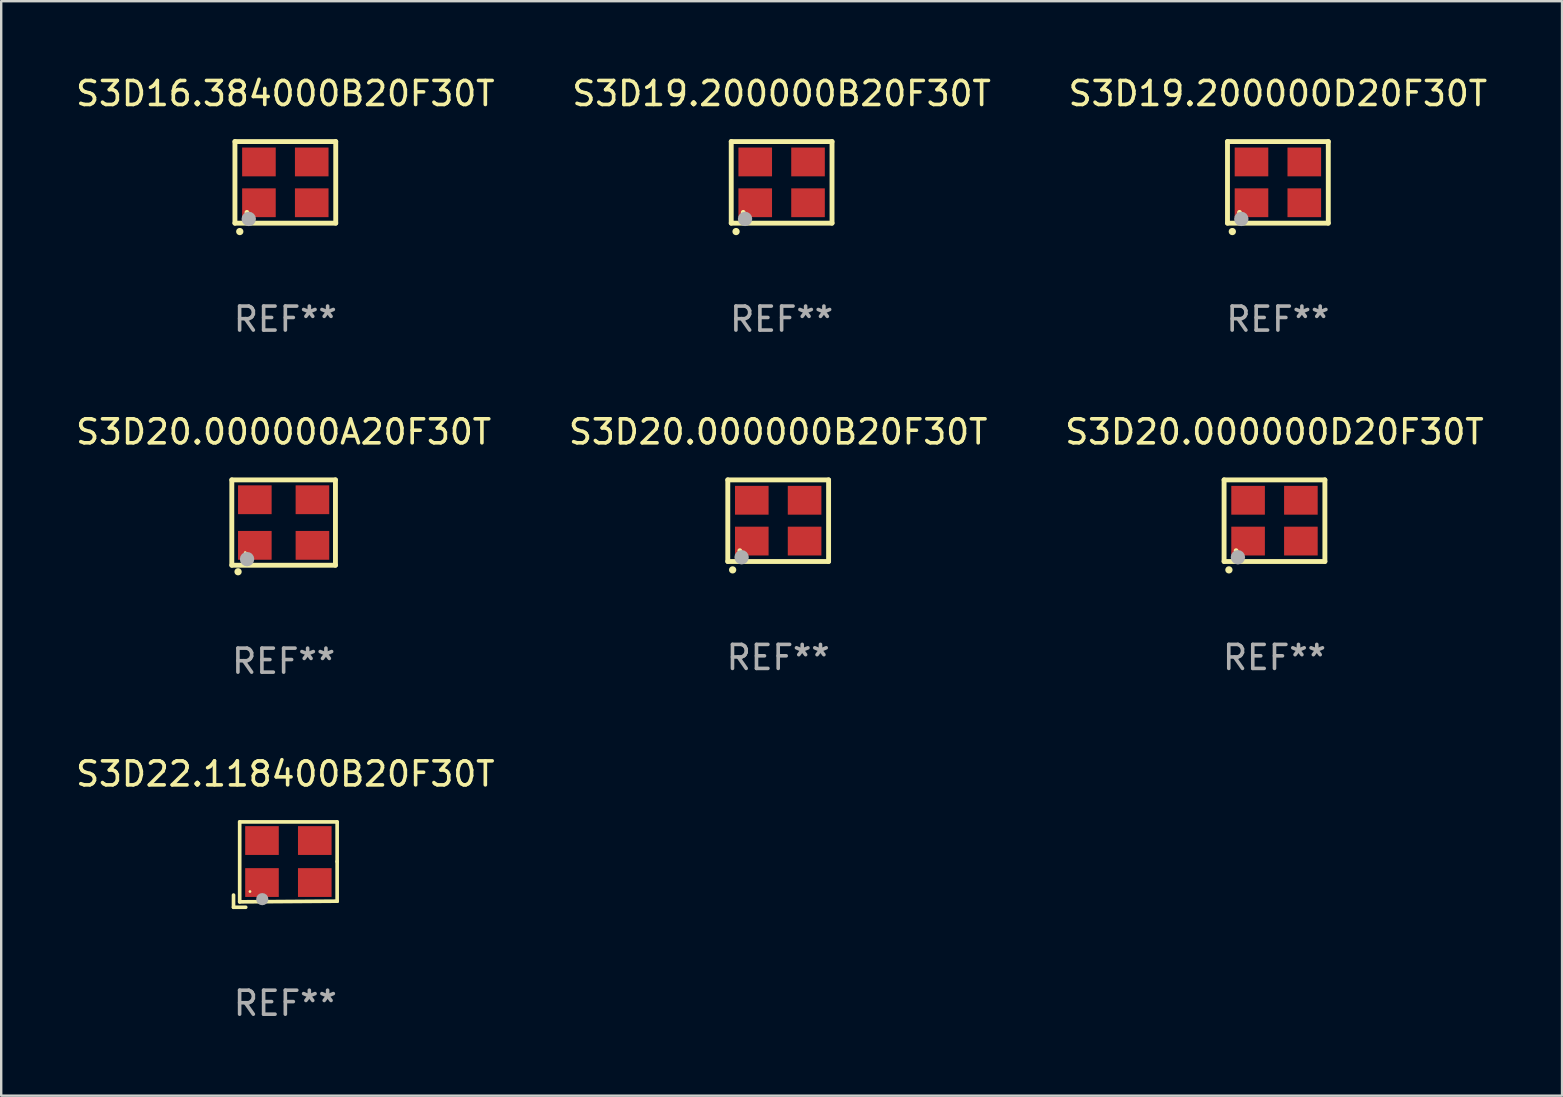
<source format=kicad_pcb>
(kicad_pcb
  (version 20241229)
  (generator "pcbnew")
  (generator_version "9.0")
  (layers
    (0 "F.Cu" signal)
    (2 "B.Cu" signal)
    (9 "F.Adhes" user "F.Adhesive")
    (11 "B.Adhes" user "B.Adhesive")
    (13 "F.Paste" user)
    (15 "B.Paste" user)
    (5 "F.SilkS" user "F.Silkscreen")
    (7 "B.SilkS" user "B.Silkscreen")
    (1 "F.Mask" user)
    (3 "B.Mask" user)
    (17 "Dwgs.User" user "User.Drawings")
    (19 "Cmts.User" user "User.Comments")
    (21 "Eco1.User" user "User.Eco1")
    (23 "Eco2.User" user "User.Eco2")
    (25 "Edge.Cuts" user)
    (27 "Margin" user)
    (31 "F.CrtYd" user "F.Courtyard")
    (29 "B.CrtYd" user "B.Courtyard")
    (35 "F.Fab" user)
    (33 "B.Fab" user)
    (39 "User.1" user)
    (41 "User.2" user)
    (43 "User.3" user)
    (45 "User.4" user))
  (footprint "S3D20.000000A20F30T"
    (layer "F.Cu")
    (at 8.768 18.723)
    (property "Reference" "S3D20.000000A20F30T" (at 0 -3.778 0) (layer "F.SilkS") (effects (font (size 1 1) (thickness 0.15))))
    (attr through_hole)
    (fp_line (start -2.159 -1.778) (end -2.159 1.778) (stroke (width 0.203) (type solid)) (layer "F.SilkS"))
    (fp_line (start -2.159 1.778) (end 2.159 1.778) (stroke (width 0.203) (type solid)) (layer "F.SilkS"))
    (fp_line (start 2.159 -1.778) (end -2.159 -1.778) (stroke (width 0.203) (type solid)) (layer "F.SilkS"))
    (fp_line (start 2.159 1.778) (end 2.159 -1.778) (stroke (width 0.203) (type solid)) (layer "F.SilkS"))
    (fp_arc (start -1.900025 2.049581) (mid -1.898755 2.049576) (end -1.897485 2.049581) (stroke (width 0.3) (type solid)) (layer "F.SilkS"))
    (fp_circle (center -1.6 1.25) (end -1.57 1.25) (stroke (width 0.06) (type solid)) (fill no) (layer "F.SilkS"))
    (fp_circle (center -1.524 1.524) (end -1.374 1.524) (stroke (width 0.3) (type solid)) (fill no) (layer "F.Fab"))
    (fp_text user "REF**" (at 0 5.778 0) (layer "F.Fab") (effects (font (size 1 1) (thickness 0.15))))
    (pad "1" smd rect (at -1.2 0.95) (size 1.4 1.2) (layers "F.Cu" "F.Mask" "F.Paste"))
    (pad "2" smd rect (at 1.2 0.95) (size 1.4 1.2) (layers "F.Cu" "F.Mask" "F.Paste"))
    (pad "3" smd rect (at 1.2 -0.95) (size 1.4 1.2) (layers "F.Cu" "F.Mask" "F.Paste"))
    (pad "4" smd rect (at -1.2 -0.95) (size 1.4 1.2) (layers "F.Cu" "F.Mask" "F.Paste")))
  (footprint "S3D19.200000D20F30T"
    (layer "F.Cu")
    (at 50.196 4.548)
    (property "Reference" "S3D19.200000D20F30T" (at 0 -3.7 0) (layer "F.SilkS") (effects (font (size 1 1) (thickness 0.15))))
    (attr through_hole)
    (fp_line (start -2.1 -1.7) (end -2.1 1.7) (stroke (width 0.203) (type solid)) (layer "F.SilkS"))
    (fp_line (start -2.1 1.7) (end 2.1 1.7) (stroke (width 0.203) (type solid)) (layer "F.SilkS"))
    (fp_line (start 2.1 -1.7) (end -2.1 -1.7) (stroke (width 0.203) (type solid)) (layer "F.SilkS"))
    (fp_line (start 2.1 1.7) (end 2.1 -1.7) (stroke (width 0.203) (type solid)) (layer "F.SilkS"))
    (fp_arc (start -1.899924 2.049784) (mid -1.898654 2.049779) (end -1.897384 2.049784) (stroke (width 0.3) (type solid)) (layer "F.SilkS"))
    (fp_circle (center -1.6 1.25) (end -1.55 1.25) (stroke (width 0.1) (type solid)) (fill no) (layer "F.SilkS"))
    (fp_circle (center -1.524 1.524) (end -1.374 1.524) (stroke (width 0.3) (type solid)) (fill no) (layer "F.Fab"))
    (fp_text user "REF**" (at 0 5.7 0) (layer "F.Fab") (effects (font (size 1 1) (thickness 0.15))))
    (pad "1" smd rect (at -1.1 0.85) (size 1.4 1.2) (layers "F.Cu" "F.Mask" "F.Paste"))
    (pad "2" smd rect (at 1.1 0.85) (size 1.4 1.2) (layers "F.Cu" "F.Mask" "F.Paste"))
    (pad "3" smd rect (at 1.1 -0.85) (size 1.4 1.2) (layers "F.Cu" "F.Mask" "F.Paste"))
    (pad "4" smd rect (at -1.1 -0.85) (size 1.4 1.2) (layers "F.Cu" "F.Mask" "F.Paste")))
  (footprint "S3D19.200000B20F30T"
    (layer "F.Cu")
    (at 29.518 4.548)
    (property "Reference" "S3D19.200000B20F30T" (at 0 -3.7 0) (layer "F.SilkS") (effects (font (size 1 1) (thickness 0.15))))
    (attr through_hole)
    (fp_line (start -2.1 -1.7) (end -2.1 1.7) (stroke (width 0.203) (type solid)) (layer "F.SilkS"))
    (fp_line (start -2.1 1.7) (end 2.1 1.7) (stroke (width 0.203) (type solid)) (layer "F.SilkS"))
    (fp_line (start 2.1 -1.7) (end -2.1 -1.7) (stroke (width 0.203) (type solid)) (layer "F.SilkS"))
    (fp_line (start 2.1 1.7) (end 2.1 -1.7) (stroke (width 0.203) (type solid)) (layer "F.SilkS"))
    (fp_arc (start -1.899924 2.049784) (mid -1.898654 2.049779) (end -1.897384 2.049784) (stroke (width 0.3) (type solid)) (layer "F.SilkS"))
    (fp_circle (center -1.6 1.25) (end -1.55 1.25) (stroke (width 0.1) (type solid)) (fill no) (layer "F.SilkS"))
    (fp_circle (center -1.524 1.524) (end -1.374 1.524) (stroke (width 0.3) (type solid)) (fill no) (layer "F.Fab"))
    (fp_text user "REF**" (at 0 5.7 0) (layer "F.Fab") (effects (font (size 1 1) (thickness 0.15))))
    (pad "1" smd rect (at -1.1 0.85) (size 1.4 1.2) (layers "F.Cu" "F.Mask" "F.Paste"))
    (pad "2" smd rect (at 1.1 0.85) (size 1.4 1.2) (layers "F.Cu" "F.Mask" "F.Paste"))
    (pad "3" smd rect (at 1.1 -0.85) (size 1.4 1.2) (layers "F.Cu" "F.Mask" "F.Paste"))
    (pad "4" smd rect (at -1.1 -0.85) (size 1.4 1.2) (layers "F.Cu" "F.Mask" "F.Paste")))
  (footprint "S3D20.000000B20F30T"
    (layer "F.Cu")
    (at 29.375 18.645)
    (property "Reference" "S3D20.000000B20F30T" (at 0 -3.7 0) (layer "F.SilkS") (effects (font (size 1 1) (thickness 0.15))))
    (attr through_hole)
    (fp_line (start -2.1 -1.7) (end -2.1 1.7) (stroke (width 0.203) (type solid)) (layer "F.SilkS"))
    (fp_line (start -2.1 1.7) (end 2.1 1.7) (stroke (width 0.203) (type solid)) (layer "F.SilkS"))
    (fp_line (start 2.1 -1.7) (end -2.1 -1.7) (stroke (width 0.203) (type solid)) (layer "F.SilkS"))
    (fp_line (start 2.1 1.7) (end 2.1 -1.7) (stroke (width 0.203) (type solid)) (layer "F.SilkS"))
    (fp_arc (start -1.899924 2.049784) (mid -1.898654 2.049779) (end -1.897384 2.049784) (stroke (width 0.3) (type solid)) (layer "F.SilkS"))
    (fp_circle (center -1.6 1.25) (end -1.55 1.25) (stroke (width 0.1) (type solid)) (fill no) (layer "F.SilkS"))
    (fp_circle (center -1.524 1.524) (end -1.374 1.524) (stroke (width 0.3) (type solid)) (fill no) (layer "F.Fab"))
    (fp_text user "REF**" (at 0 5.7 0) (layer "F.Fab") (effects (font (size 1 1) (thickness 0.15))))
    (pad "1" smd rect (at -1.1 0.85) (size 1.4 1.2) (layers "F.Cu" "F.Mask" "F.Paste"))
    (pad "2" smd rect (at 1.1 0.85) (size 1.4 1.2) (layers "F.Cu" "F.Mask" "F.Paste"))
    (pad "3" smd rect (at 1.1 -0.85) (size 1.4 1.2) (layers "F.Cu" "F.Mask" "F.Paste"))
    (pad "4" smd rect (at -1.1 -0.85) (size 1.4 1.2) (layers "F.Cu" "F.Mask" "F.Paste")))
  (footprint "S3D16.384000B20F30T"
    (layer "F.Cu")
    (at 8.839 4.548)
    (property "Reference" "S3D16.384000B20F30T" (at 0 -3.7 0) (layer "F.SilkS") (effects (font (size 1 1) (thickness 0.15))))
    (attr through_hole)
    (fp_line (start -2.1 -1.7) (end -2.1 1.7) (stroke (width 0.203) (type solid)) (layer "F.SilkS"))
    (fp_line (start -2.1 1.7) (end 2.1 1.7) (stroke (width 0.203) (type solid)) (layer "F.SilkS"))
    (fp_line (start 2.1 -1.7) (end -2.1 -1.7) (stroke (width 0.203) (type solid)) (layer "F.SilkS"))
    (fp_line (start 2.1 1.7) (end 2.1 -1.7) (stroke (width 0.203) (type solid)) (layer "F.SilkS"))
    (fp_arc (start -1.899924 2.049784) (mid -1.898654 2.049779) (end -1.897384 2.049784) (stroke (width 0.3) (type solid)) (layer "F.SilkS"))
    (fp_circle (center -1.6 1.25) (end -1.55 1.25) (stroke (width 0.1) (type solid)) (fill no) (layer "F.SilkS"))
    (fp_circle (center -1.524 1.524) (end -1.374 1.524) (stroke (width 0.3) (type solid)) (fill no) (layer "F.Fab"))
    (fp_text user "REF**" (at 0 5.7 0) (layer "F.Fab") (effects (font (size 1 1) (thickness 0.15))))
    (pad "1" smd rect (at -1.1 0.85) (size 1.4 1.2) (layers "F.Cu" "F.Mask" "F.Paste"))
    (pad "2" smd rect (at 1.1 0.85) (size 1.4 1.2) (layers "F.Cu" "F.Mask" "F.Paste"))
    (pad "3" smd rect (at 1.1 -0.85) (size 1.4 1.2) (layers "F.Cu" "F.Mask" "F.Paste"))
    (pad "4" smd rect (at -1.1 -0.85) (size 1.4 1.2) (layers "F.Cu" "F.Mask" "F.Paste")))
  (footprint "S3D20.000000D20F30T"
    (layer "F.Cu")
    (at 50.054 18.645)
    (property "Reference" "S3D20.000000D20F30T" (at 0 -3.7 0) (layer "F.SilkS") (effects (font (size 1 1) (thickness 0.15))))
    (attr through_hole)
    (fp_line (start -2.1 -1.7) (end -2.1 1.7) (stroke (width 0.203) (type solid)) (layer "F.SilkS"))
    (fp_line (start -2.1 1.7) (end 2.1 1.7) (stroke (width 0.203) (type solid)) (layer "F.SilkS"))
    (fp_line (start 2.1 -1.7) (end -2.1 -1.7) (stroke (width 0.203) (type solid)) (layer "F.SilkS"))
    (fp_line (start 2.1 1.7) (end 2.1 -1.7) (stroke (width 0.203) (type solid)) (layer "F.SilkS"))
    (fp_arc (start -1.899924 2.049784) (mid -1.898654 2.049779) (end -1.897384 2.049784) (stroke (width 0.3) (type solid)) (layer "F.SilkS"))
    (fp_circle (center -1.6 1.25) (end -1.55 1.25) (stroke (width 0.1) (type solid)) (fill no) (layer "F.SilkS"))
    (fp_circle (center -1.524 1.524) (end -1.374 1.524) (stroke (width 0.3) (type solid)) (fill no) (layer "F.Fab"))
    (fp_text user "REF**" (at 0 5.7 0) (layer "F.Fab") (effects (font (size 1 1) (thickness 0.15))))
    (pad "1" smd rect (at -1.1 0.85) (size 1.4 1.2) (layers "F.Cu" "F.Mask" "F.Paste"))
    (pad "2" smd rect (at 1.1 0.85) (size 1.4 1.2) (layers "F.Cu" "F.Mask" "F.Paste"))
    (pad "3" smd rect (at 1.1 -0.85) (size 1.4 1.2) (layers "F.Cu" "F.Mask" "F.Paste"))
    (pad "4" smd rect (at -1.1 -0.85) (size 1.4 1.2) (layers "F.Cu" "F.Mask" "F.Paste")))
  (footprint "S3D22.118400B20F30T"
    (layer "F.Cu")
    (at 8.839 32.975)
    (property "Reference" "S3D22.118400B20F30T" (at 0 -3.778 0) (layer "F.SilkS") (effects (font (size 1 1) (thickness 0.15))))
    (attr through_hole)
    (fp_line (start -2.159 1.27) (end -2.159 1.778) (stroke (width 0.152) (type solid)) (layer "F.SilkS"))
    (fp_line (start -2.159 1.778) (end -1.651 1.778) (stroke (width 0.152) (type solid)) (layer "F.SilkS"))
    (fp_line (start -1.902 -1.778) (end 2.159 -1.778) (stroke (width 0.152) (type solid)) (layer "F.SilkS"))
    (fp_line (start -1.902 1.552) (end -1.902 -1.778) (stroke (width 0.152) (type solid)) (layer "F.SilkS"))
    (fp_line (start 2.159 -1.778) (end 2.159 -0.127) (stroke (width 0.152) (type solid)) (layer "F.SilkS"))
    (fp_line (start 2.159 -0.127) (end 2.159 1.524) (stroke (width 0.152) (type solid)) (layer "F.SilkS"))
    (fp_line (start 2.159 1.524) (end -1.902 1.552) (stroke (width 0.152) (type solid)) (layer "F.SilkS"))
    (fp_line (start 2.159 1.524) (end 2.159 1.524) (stroke (width 0.152) (type solid)) (layer "F.SilkS"))
    (fp_circle (center -1.473 1.123) (end -1.443 1.123) (stroke (width 0.06) (type solid)) (fill no) (layer "F.SilkS"))
    (fp_circle (center -0.961 1.44) (end -0.834 1.44) (stroke (width 0.254) (type solid)) (fill no) (layer "F.Fab"))
    (fp_text user "REF**" (at 0 5.778 0) (layer "F.Fab") (effects (font (size 1 1) (thickness 0.15))))
    (pad "1" smd rect (at -0.973 0.748) (size 1.4 1.2) (layers "F.Cu" "F.Mask" "F.Paste"))
    (pad "2" smd rect (at 1.227 0.748) (size 1.4 1.2) (layers "F.Cu" "F.Mask" "F.Paste"))
    (pad "3" smd rect (at 1.227 -1.002) (size 1.4 1.2) (layers "F.Cu" "F.Mask" "F.Paste"))
    (pad "4" smd rect (at -0.973 -1.002) (size 1.4 1.2) (layers "F.Cu" "F.Mask" "F.Paste")))
  (gr_rect
    (start -3 -3)
    (end 62.036 42.602)
    (stroke (width 0.1) (type default))
    (fill no)
    (layer "Edge.Cuts")))
</source>
